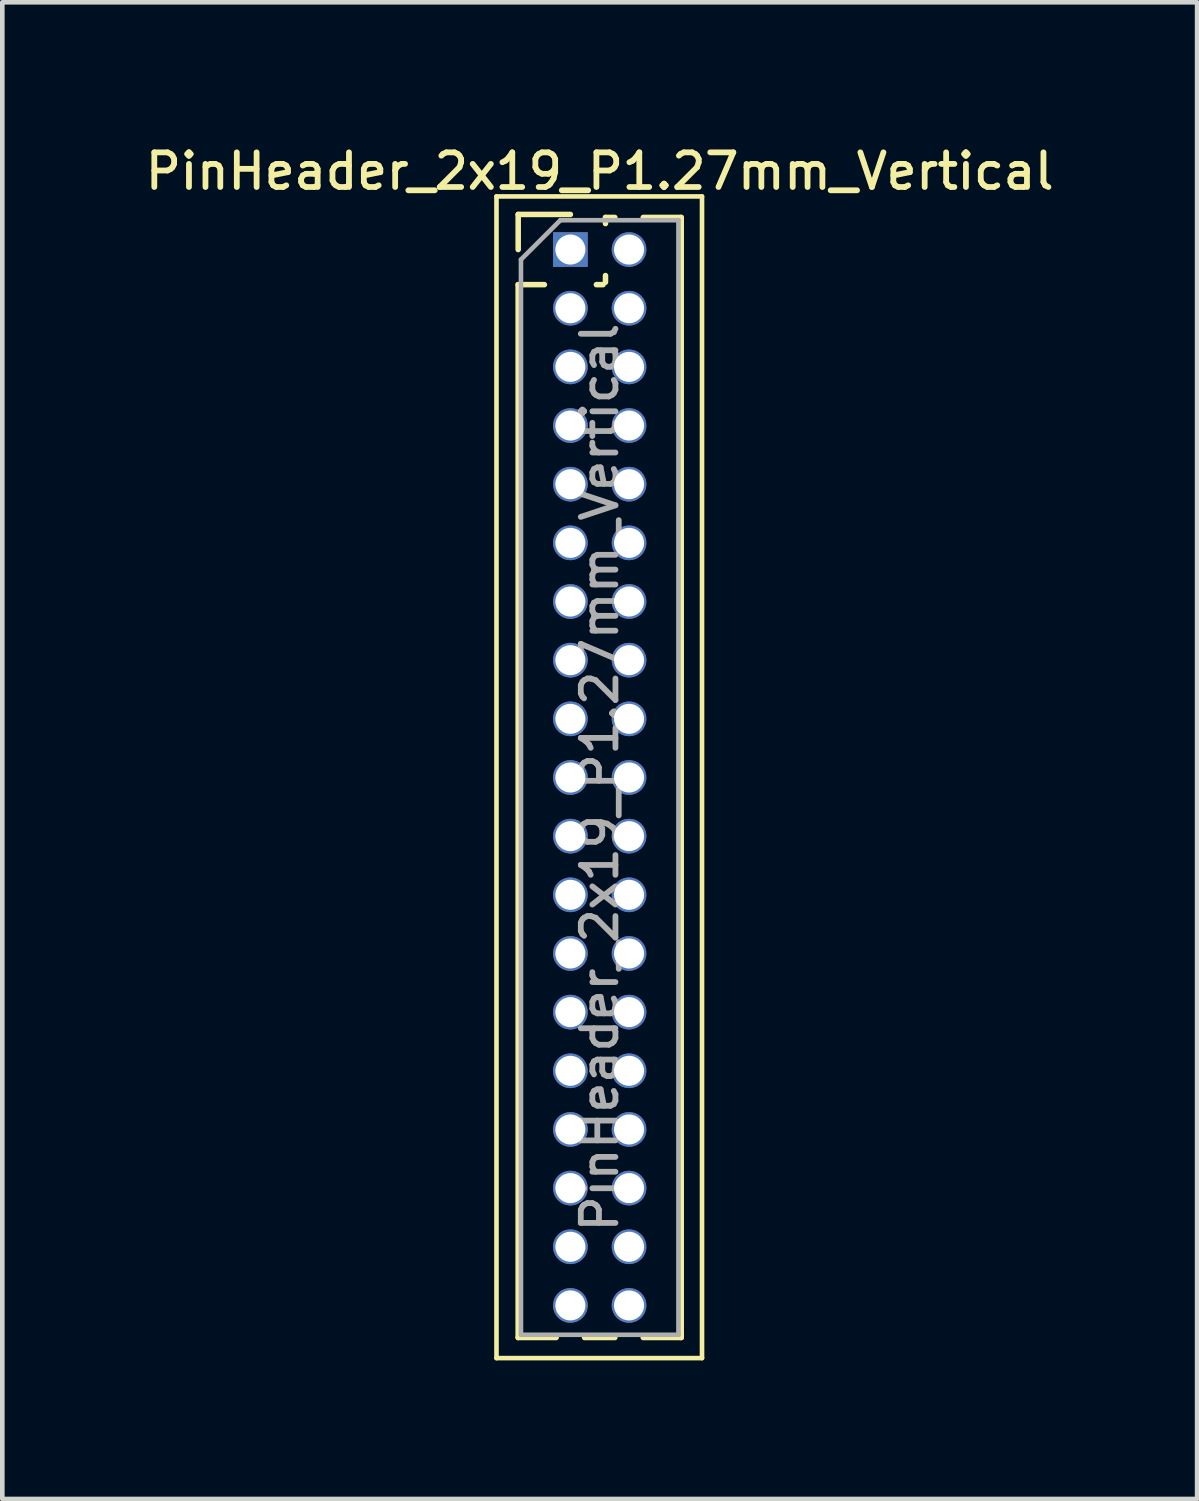
<source format=kicad_pcb>
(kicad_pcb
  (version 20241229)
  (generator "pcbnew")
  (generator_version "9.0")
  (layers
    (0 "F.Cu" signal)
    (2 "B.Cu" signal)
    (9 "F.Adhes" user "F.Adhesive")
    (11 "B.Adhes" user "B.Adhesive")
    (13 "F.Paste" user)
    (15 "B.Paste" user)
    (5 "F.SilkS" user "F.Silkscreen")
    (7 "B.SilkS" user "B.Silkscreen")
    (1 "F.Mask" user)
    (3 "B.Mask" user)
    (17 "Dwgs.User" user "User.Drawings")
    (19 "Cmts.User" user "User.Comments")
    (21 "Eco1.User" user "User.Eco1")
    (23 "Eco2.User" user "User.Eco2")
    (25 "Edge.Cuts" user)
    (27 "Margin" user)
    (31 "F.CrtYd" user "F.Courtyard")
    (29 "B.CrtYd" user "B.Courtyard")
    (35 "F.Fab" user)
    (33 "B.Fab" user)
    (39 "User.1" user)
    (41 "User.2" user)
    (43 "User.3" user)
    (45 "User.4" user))
  (footprint "PinHeader_2x19_P1.27mm_Vertical"
    (layer "F.Cu")
    (at 9.299 2.353)
    (property "Reference" "PinHeader_2x19_P1.27mm_Vertical" (at 0.635 -1.695 0) (layer "F.SilkS") (effects (font (size 0.75 0.75) (thickness 0.125))))
    (attr through_hole)
    (fp_line (start -1.6 -1.15) (end -1.6 24) (stroke (width 0.1) (type solid)) (layer "F.SilkS"))
    (fp_line (start -1.6 24) (end 2.85 24) (stroke (width 0.1) (type solid)) (layer "F.SilkS"))
    (fp_line (start -1.13 -0.76) (end 0 -0.76) (stroke (width 0.12) (type solid)) (layer "F.SilkS"))
    (fp_line (start -1.13 0) (end -1.13 -0.76) (stroke (width 0.12) (type solid)) (layer "F.SilkS"))
    (fp_line (start -1.13 0.76) (end -1.13 23.555) (stroke (width 0.12) (type solid)) (layer "F.SilkS"))
    (fp_line (start -1.13 0.76) (end -0.563 0.76) (stroke (width 0.12) (type solid)) (layer "F.SilkS"))
    (fp_line (start -1.13 23.555) (end -0.308 23.555) (stroke (width 0.12) (type solid)) (layer "F.SilkS"))
    (fp_line (start 0.308 23.555) (end 0.962 23.555) (stroke (width 0.12) (type solid)) (layer "F.SilkS"))
    (fp_line (start 0.563 0.76) (end 0.707 0.76) (stroke (width 0.12) (type solid)) (layer "F.SilkS"))
    (fp_line (start 0.76 -0.695) (end 0.962 -0.695) (stroke (width 0.12) (type solid)) (layer "F.SilkS"))
    (fp_line (start 0.76 -0.563) (end 0.76 -0.695) (stroke (width 0.12) (type solid)) (layer "F.SilkS"))
    (fp_line (start 0.76 0.707) (end 0.76 0.563) (stroke (width 0.12) (type solid)) (layer "F.SilkS"))
    (fp_line (start 1.578 -0.695) (end 2.4 -0.695) (stroke (width 0.12) (type solid)) (layer "F.SilkS"))
    (fp_line (start 1.578 23.555) (end 2.4 23.555) (stroke (width 0.12) (type solid)) (layer "F.SilkS"))
    (fp_line (start 2.4 -0.695) (end 2.4 23.555) (stroke (width 0.12) (type solid)) (layer "F.SilkS"))
    (fp_line (start 2.85 -1.15) (end -1.6 -1.15) (stroke (width 0.1) (type solid)) (layer "F.SilkS"))
    (fp_line (start 2.85 24) (end 2.85 -1.15) (stroke (width 0.1) (type solid)) (layer "F.SilkS"))
    (fp_line (start -1.07 0.217) (end -0.217 -0.635) (stroke (width 0.1) (type solid)) (layer "F.Fab"))
    (fp_line (start -1.07 23.495) (end -1.07 0.217) (stroke (width 0.1) (type solid)) (layer "F.Fab"))
    (fp_line (start -0.217 -0.635) (end 2.34 -0.635) (stroke (width 0.1) (type solid)) (layer "F.Fab"))
    (fp_line (start 2.34 -0.635) (end 2.34 23.495) (stroke (width 0.1) (type solid)) (layer "F.Fab"))
    (fp_line (start 2.34 23.495) (end -1.07 23.495) (stroke (width 0.1) (type solid)) (layer "F.Fab"))
    (fp_text user "${REFERENCE}" (at 0.635 11.43 90) (layer "F.Fab") (effects (font (size 0.75 0.75) (thickness 0.125))))
    (pad "1" thru_hole rect (at 0 0) (size 0.75 0.75) (drill 0.65) (layers "*.Cu" "*.Mask"))
    (pad "2" thru_hole oval (at 1.27 0) (size 0.75 0.75) (drill 0.65) (layers "*.Cu" "*.Mask"))
    (pad "3" thru_hole oval (at 0 1.27) (size 0.75 0.75) (drill 0.65) (layers "*.Cu" "*.Mask"))
    (pad "4" thru_hole oval (at 1.27 1.27) (size 0.75 0.75) (drill 0.65) (layers "*.Cu" "*.Mask"))
    (pad "5" thru_hole oval (at 0 2.54) (size 0.75 0.75) (drill 0.65) (layers "*.Cu" "*.Mask"))
    (pad "6" thru_hole oval (at 1.27 2.54) (size 0.75 0.75) (drill 0.65) (layers "*.Cu" "*.Mask"))
    (pad "7" thru_hole oval (at 0 3.81) (size 0.75 0.75) (drill 0.65) (layers "*.Cu" "*.Mask"))
    (pad "8" thru_hole oval (at 1.27 3.81) (size 0.75 0.75) (drill 0.65) (layers "*.Cu" "*.Mask"))
    (pad "9" thru_hole oval (at 0 5.08) (size 0.75 0.75) (drill 0.65) (layers "*.Cu" "*.Mask"))
    (pad "10" thru_hole oval (at 1.27 5.08) (size 0.75 0.75) (drill 0.65) (layers "*.Cu" "*.Mask"))
    (pad "11" thru_hole oval (at 0 6.35) (size 0.75 0.75) (drill 0.65) (layers "*.Cu" "*.Mask"))
    (pad "12" thru_hole oval (at 1.27 6.35) (size 0.75 0.75) (drill 0.65) (layers "*.Cu" "*.Mask"))
    (pad "13" thru_hole oval (at 0 7.62) (size 0.75 0.75) (drill 0.65) (layers "*.Cu" "*.Mask"))
    (pad "14" thru_hole oval (at 1.27 7.62) (size 0.75 0.75) (drill 0.65) (layers "*.Cu" "*.Mask"))
    (pad "15" thru_hole oval (at 0 8.89) (size 0.75 0.75) (drill 0.65) (layers "*.Cu" "*.Mask"))
    (pad "16" thru_hole oval (at 1.27 8.89) (size 0.75 0.75) (drill 0.65) (layers "*.Cu" "*.Mask"))
    (pad "17" thru_hole oval (at 0 10.16) (size 0.75 0.75) (drill 0.65) (layers "*.Cu" "*.Mask"))
    (pad "18" thru_hole oval (at 1.27 10.16) (size 0.75 0.75) (drill 0.65) (layers "*.Cu" "*.Mask"))
    (pad "19" thru_hole oval (at 0 11.43) (size 0.75 0.75) (drill 0.65) (layers "*.Cu" "*.Mask"))
    (pad "20" thru_hole oval (at 1.27 11.43) (size 0.75 0.75) (drill 0.65) (layers "*.Cu" "*.Mask"))
    (pad "21" thru_hole oval (at 0 12.7) (size 0.75 0.75) (drill 0.65) (layers "*.Cu" "*.Mask"))
    (pad "22" thru_hole oval (at 1.27 12.7) (size 0.75 0.75) (drill 0.65) (layers "*.Cu" "*.Mask"))
    (pad "23" thru_hole oval (at 0 13.97) (size 0.75 0.75) (drill 0.65) (layers "*.Cu" "*.Mask"))
    (pad "24" thru_hole oval (at 1.27 13.97) (size 0.75 0.75) (drill 0.65) (layers "*.Cu" "*.Mask"))
    (pad "25" thru_hole oval (at 0 15.24) (size 0.75 0.75) (drill 0.65) (layers "*.Cu" "*.Mask"))
    (pad "26" thru_hole oval (at 1.27 15.24) (size 0.75 0.75) (drill 0.65) (layers "*.Cu" "*.Mask"))
    (pad "27" thru_hole oval (at 0 16.51) (size 0.75 0.75) (drill 0.65) (layers "*.Cu" "*.Mask"))
    (pad "28" thru_hole oval (at 1.27 16.51) (size 0.75 0.75) (drill 0.65) (layers "*.Cu" "*.Mask"))
    (pad "29" thru_hole oval (at 0 17.78) (size 0.75 0.75) (drill 0.65) (layers "*.Cu" "*.Mask"))
    (pad "30" thru_hole oval (at 1.27 17.78) (size 0.75 0.75) (drill 0.65) (layers "*.Cu" "*.Mask"))
    (pad "31" thru_hole oval (at 0 19.05) (size 0.75 0.75) (drill 0.65) (layers "*.Cu" "*.Mask"))
    (pad "32" thru_hole oval (at 1.27 19.05) (size 0.75 0.75) (drill 0.65) (layers "*.Cu" "*.Mask"))
    (pad "33" thru_hole oval (at 0 20.32) (size 0.75 0.75) (drill 0.65) (layers "*.Cu" "*.Mask"))
    (pad "34" thru_hole oval (at 1.27 20.32) (size 0.75 0.75) (drill 0.65) (layers "*.Cu" "*.Mask"))
    (pad "35" thru_hole oval (at 0 21.59) (size 0.75 0.75) (drill 0.65) (layers "*.Cu" "*.Mask"))
    (pad "36" thru_hole oval (at 1.27 21.59) (size 0.75 0.75) (drill 0.65) (layers "*.Cu" "*.Mask"))
    (pad "37" thru_hole oval (at 0 22.86) (size 0.75 0.75) (drill 0.65) (layers "*.Cu" "*.Mask"))
    (pad "38" thru_hole oval (at 1.27 22.86) (size 0.75 0.75) (drill 0.65) (layers "*.Cu" "*.Mask")))
  (gr_rect
    (start -3 -3)
    (end 22.868 29.403)
    (stroke (width 0.1) (type default))
    (fill no)
    (layer "Edge.Cuts")))
</source>
